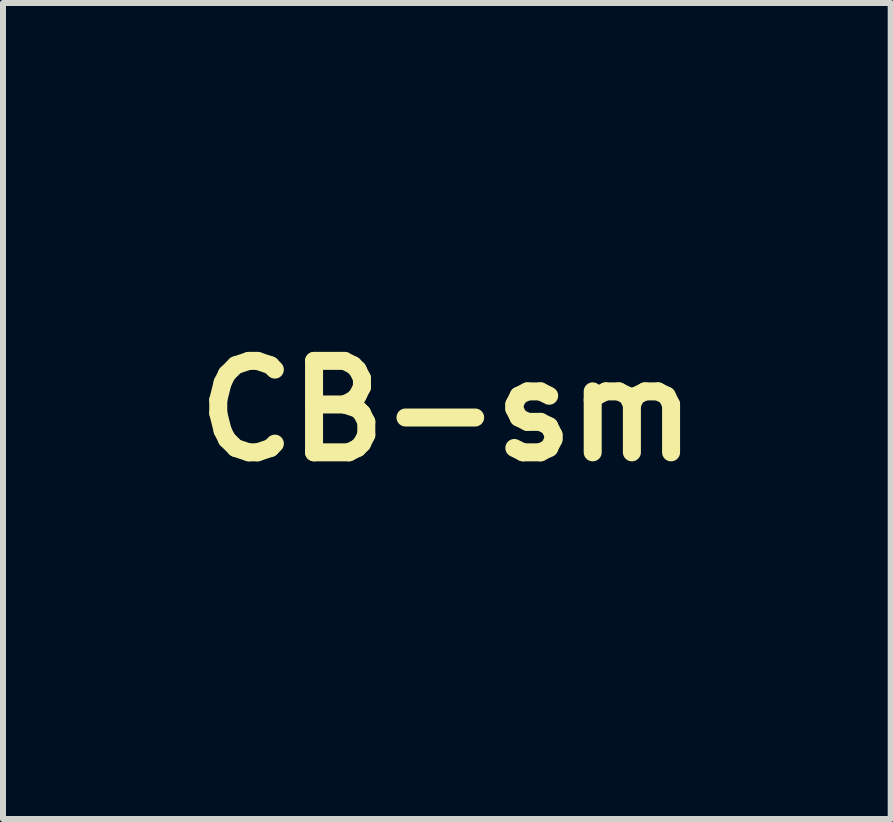
<source format=kicad_pcb>
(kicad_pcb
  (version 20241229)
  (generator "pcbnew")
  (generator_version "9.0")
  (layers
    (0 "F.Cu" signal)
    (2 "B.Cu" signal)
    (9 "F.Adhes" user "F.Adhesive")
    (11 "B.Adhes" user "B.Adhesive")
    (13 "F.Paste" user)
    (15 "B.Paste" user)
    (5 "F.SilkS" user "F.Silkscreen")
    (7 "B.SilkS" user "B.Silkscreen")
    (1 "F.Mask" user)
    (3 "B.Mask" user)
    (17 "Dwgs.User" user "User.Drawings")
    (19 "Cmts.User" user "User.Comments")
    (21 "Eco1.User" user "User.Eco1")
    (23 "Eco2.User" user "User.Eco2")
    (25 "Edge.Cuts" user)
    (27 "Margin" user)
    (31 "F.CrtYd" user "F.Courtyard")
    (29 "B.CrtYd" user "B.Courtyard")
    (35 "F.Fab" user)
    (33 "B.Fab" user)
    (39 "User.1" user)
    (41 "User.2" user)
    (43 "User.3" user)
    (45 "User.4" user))
  (footprint "CB-sm"
    (layer "F.Cu")
    (at 4.398 3.8)
    (property "Reference" "CB-sm" (at 0 0 0) (layer "F.SilkS") (effects (font (size 1.524 1.524) (thickness 0.3))))
    (attr board_only exclude_from_pos_files exclude_from_bom)
    (fp_poly (pts (xy 0.629 -0.725) (xy 0.657 -0.712) (xy 0.695 -0.695) (xy 0.738 -0.675) (xy 0.785 -0.654) (xy 0.832 -0.632) (xy 0.855 -0.622) (xy 1.004 -0.554) (xy 1.008 -0.124) (xy 0.553 -0.124) (xy 0.553 -0.76)) (stroke (width 0) (type solid)) (fill yes) (layer "F.Mask"))
    (fp_poly (pts (xy 1.004 0.677) (xy 0.852 0.747) (xy 0.805 0.768) (xy 0.758 0.79) (xy 0.713 0.81) (xy 0.673 0.829) (xy 0.64 0.843) (xy 0.626 0.85) (xy 0.553 0.883) (xy 0.553 0.247) (xy 1.008 0.247)) (stroke (width 0) (type solid)) (fill yes) (layer "F.Mask"))
    (fp_poly (pts (xy 1.815 -3.245) (xy 1.867 -3.229) (xy 1.874 -3.226) (xy 1.915 -3.202) (xy 1.953 -3.171) (xy 1.986 -3.137) (xy 2.004 -3.109) (xy 2.028 -3.053) (xy 2.039 -2.997) (xy 2.039 -2.941) (xy 2.028 -2.888) (xy 2.007 -2.837) (xy 1.977 -2.792) (xy 1.938 -2.753) (xy 1.891 -2.722) (xy 1.837 -2.699) (xy 1.798 -2.69) (xy 1.744 -2.687) (xy 1.69 -2.696) (xy 1.637 -2.715) (xy 1.588 -2.743) (xy 1.569 -2.758) (xy 1.55 -2.778) (xy 1.53 -2.803) (xy 1.512 -2.83) (xy 1.499 -2.856) (xy 1.492 -2.874) (xy 1.488 -2.893) (xy 0.728 -2.893) (xy 0.728 -1.629) (xy 1.125 -1.398) (xy 1.212 -1.347) (xy 1.292 -1.301) (xy 1.362 -1.259) (xy 1.423 -1.222) (xy 1.475 -1.19) (xy 1.517 -1.164) (xy 1.549 -1.144) (xy 1.57 -1.129) (xy 1.574 -1.126) (xy 1.634 -1.07) (xy 1.689 -1.005) (xy 1.736 -0.933) (xy 1.773 -0.858) (xy 1.78 -0.84) (xy 1.798 -0.793) (xy 2.313 -0.793) (xy 2.828 -0.793) (xy 2.828 -1.553) (xy 2.81 -1.557) (xy 2.787 -1.565) (xy 2.76 -1.581) (xy 2.732 -1.602) (xy 2.706 -1.624) (xy 2.686 -1.647) (xy 2.685 -1.647) (xy 2.662 -1.68) (xy 2.647 -1.708) (xy 2.637 -1.737) (xy 2.632 -1.77) (xy 2.63 -1.812) (xy 2.63 -1.82) (xy 2.724 -1.82) (xy 2.73 -1.774) (xy 2.746 -1.732) (xy 2.772 -1.698) (xy 2.805 -1.671) (xy 2.844 -1.654) (xy 2.888 -1.647) (xy 2.934 -1.651) (xy 2.949 -1.654) (xy 2.987 -1.672) (xy 3.021 -1.7) (xy 3.048 -1.736) (xy 3.052 -1.744) (xy 3.066 -1.786) (xy 3.069 -1.829) (xy 3.061 -1.87) (xy 3.044 -1.909) (xy 3.019 -1.942) (xy 2.986 -1.969) (xy 2.948 -1.988) (xy 2.904 -1.996) (xy 2.896 -1.996) (xy 2.852 -1.99) (xy 2.811 -1.973) (xy 2.777 -1.946) (xy 2.749 -1.912) (xy 2.731 -1.871) (xy 2.724 -1.826) (xy 2.724 -1.82) (xy 2.63 -1.82) (xy 2.63 -1.821) (xy 2.63 -1.853) (xy 2.631 -1.877) (xy 2.633 -1.894) (xy 2.638 -1.91) (xy 2.646 -1.928) (xy 2.654 -1.945) (xy 2.686 -1.996) (xy 2.725 -2.037) (xy 2.771 -2.069) (xy 2.82 -2.091) (xy 2.873 -2.103) (xy 2.927 -2.104) (xy 2.981 -2.095) (xy 3.033 -2.074) (xy 3.082 -2.043) (xy 3.107 -2.021) (xy 3.142 -1.977) (xy 3.168 -1.927) (xy 3.184 -1.873) (xy 3.19 -1.818) (xy 3.186 -1.78) (xy 3.174 -1.733) (xy 3.153 -1.687) (xy 3.127 -1.645) (xy 3.1 -1.616) (xy 3.077 -1.598) (xy 3.05 -1.58) (xy 3.022 -1.565) (xy 2.996 -1.553) (xy 2.976 -1.548) (xy 2.972 -1.547) (xy 2.958 -1.547) (xy 2.958 -1.139) (xy 2.958 -1.056) (xy 2.958 -0.984) (xy 2.958 -0.924) (xy 2.957 -0.874) (xy 2.957 -0.832) (xy 2.956 -0.799) (xy 2.956 -0.773) (xy 2.955 -0.752) (xy 2.953 -0.737) (xy 2.952 -0.726) (xy 2.95 -0.718) (xy 2.948 -0.711) (xy 2.947 -0.709) (xy 2.93 -0.687) (xy 2.913 -0.678) (xy 2.904 -0.677) (xy 2.889 -0.675) (xy 2.866 -0.674) (xy 2.835 -0.673) (xy 2.794 -0.672) (xy 2.744 -0.672) (xy 2.684 -0.671) (xy 2.613 -0.671) (xy 2.531 -0.67) (xy 2.437 -0.67) (xy 2.359 -0.67) (xy 1.828 -0.67) (xy 1.827 -0.397) (xy 1.826 -0.124) (xy 2.685 -0.124) (xy 2.685 -0.139) (xy 2.689 -0.157) (xy 2.699 -0.182) (xy 2.714 -0.21) (xy 2.732 -0.238) (xy 2.751 -0.263) (xy 2.754 -0.266) (xy 2.787 -0.295) (xy 2.828 -0.321) (xy 2.874 -0.34) (xy 2.917 -0.352) (xy 2.971 -0.355) (xy 3.026 -0.346) (xy 3.079 -0.327) (xy 3.128 -0.298) (xy 3.159 -0.272) (xy 3.196 -0.226) (xy 3.222 -0.176) (xy 3.238 -0.123) (xy 3.242 -0.068) (xy 3.236 -0.015) (xy 3.22 0.037) (xy 3.193 0.085) (xy 3.157 0.128) (xy 3.112 0.164) (xy 3.083 0.18) (xy 3.058 0.192) (xy 3.038 0.199) (xy 3.017 0.204) (xy 2.991 0.206) (xy 2.972 0.207) (xy 2.92 0.206) (xy 2.875 0.197) (xy 2.834 0.181) (xy 2.796 0.158) (xy 2.768 0.135) (xy 2.741 0.105) (xy 2.718 0.074) (xy 2.701 0.044) (xy 2.697 0.032) (xy 2.689 0.007) (xy 1.829 0.007) (xy 1.825 0.041) (xy 1.824 0.055) (xy 1.823 0.081) (xy 1.822 0.116) (xy 1.821 0.159) (xy 1.821 0.208) (xy 1.82 0.26) (xy 1.82 0.294) (xy 1.82 0.514) (xy 2.355 0.514) (xy 2.459 0.514) (xy 2.55 0.514) (xy 2.63 0.515) (xy 2.698 0.515) (xy 2.756 0.516) (xy 2.804 0.516) (xy 2.842 0.517) (xy 2.872 0.518) (xy 2.893 0.52) (xy 2.907 0.521) (xy 2.913 0.522) (xy 2.935 0.536) (xy 2.947 0.553) (xy 2.949 0.558) (xy 2.951 0.565) (xy 2.953 0.574) (xy 2.954 0.587) (xy 2.955 0.604) (xy 2.956 0.627) (xy 2.957 0.656) (xy 2.957 0.693) (xy 2.958 0.737) (xy 2.958 0.792) (xy 2.958 0.856) (xy 2.958 0.932) (xy 2.958 0.993) (xy 2.958 1.411) (xy 2.973 1.411) (xy 2.992 1.415) (xy 3.016 1.425) (xy 3.045 1.44) (xy 3.073 1.458) (xy 3.098 1.477) (xy 3.101 1.48) (xy 3.13 1.513) (xy 3.155 1.554) (xy 3.175 1.6) (xy 3.186 1.643) (xy 3.189 1.697) (xy 3.181 1.753) (xy 3.161 1.806) (xy 3.132 1.855) (xy 3.106 1.884) (xy 3.06 1.922) (xy 3.01 1.948) (xy 2.957 1.963) (xy 2.903 1.968) (xy 2.849 1.962) (xy 2.798 1.946) (xy 2.75 1.919) (xy 2.707 1.883) (xy 2.671 1.838) (xy 2.654 1.809) (xy 2.643 1.784) (xy 2.635 1.764) (xy 2.631 1.743) (xy 2.629 1.717) (xy 2.628 1.698) (xy 2.628 1.684) (xy 2.731 1.684) (xy 2.736 1.732) (xy 2.753 1.773) (xy 2.781 1.807) (xy 2.819 1.834) (xy 2.823 1.836) (xy 2.86 1.849) (xy 2.901 1.853) (xy 2.941 1.849) (xy 2.968 1.841) (xy 3.009 1.816) (xy 3.039 1.783) (xy 3.059 1.743) (xy 3.068 1.697) (xy 3.068 1.684) (xy 3.062 1.636) (xy 3.046 1.595) (xy 3.02 1.561) (xy 2.985 1.535) (xy 2.943 1.52) (xy 2.9 1.515) (xy 2.852 1.521) (xy 2.811 1.537) (xy 2.777 1.564) (xy 2.751 1.598) (xy 2.736 1.64) (xy 2.731 1.684) (xy 2.628 1.684) (xy 2.629 1.646) (xy 2.637 1.601) (xy 2.654 1.559) (xy 2.677 1.522) (xy 2.7 1.494) (xy 2.729 1.467) (xy 2.761 1.444) (xy 2.791 1.427) (xy 2.803 1.423) (xy 2.828 1.415) (xy 2.828 0.644) (xy 1.822 0.644) (xy 1.818 0.733) (xy 1.81 0.827) (xy 1.795 0.91) (xy 1.773 0.985) (xy 1.743 1.052) (xy 1.706 1.112) (xy 1.659 1.168) (xy 1.651 1.177) (xy 1.638 1.19) (xy 1.626 1.201) (xy 1.613 1.213) (xy 1.598 1.225) (xy 1.581 1.238) (xy 1.561 1.252) (xy 1.537 1.268) (xy 1.508 1.286) (xy 1.473 1.308) (xy 1.432 1.332) (xy 1.384 1.361) (xy 1.328 1.394) (xy 1.262 1.432) (xy 1.187 1.476) (xy 1.11 1.521) (xy 0.735 1.739) (xy 0.735 2.284) (xy 0.735 2.828) (xy 1.112 2.828) (xy 1.192 2.828) (xy 1.26 2.828) (xy 1.317 2.828) (xy 1.363 2.827) (xy 1.401 2.827) (xy 1.43 2.826) (xy 1.453 2.825) (xy 1.468 2.824) (xy 1.479 2.823) (xy 1.485 2.821) (xy 1.488 2.819) (xy 1.489 2.818) (xy 1.494 2.796) (xy 1.506 2.769) (xy 1.526 2.739) (xy 1.549 2.709) (xy 1.575 2.682) (xy 1.601 2.66) (xy 1.603 2.659) (xy 1.654 2.631) (xy 1.707 2.616) (xy 1.762 2.611) (xy 1.817 2.617) (xy 1.869 2.633) (xy 1.918 2.66) (xy 1.961 2.695) (xy 1.997 2.739) (xy 2.017 2.774) (xy 2.026 2.794) (xy 2.032 2.811) (xy 2.036 2.828) (xy 2.038 2.849) (xy 2.038 2.877) (xy 2.038 2.893) (xy 2.038 2.926) (xy 2.037 2.95) (xy 2.034 2.968) (xy 2.029 2.984) (xy 2.022 3.002) (xy 2.017 3.012) (xy 1.987 3.062) (xy 1.948 3.104) (xy 1.904 3.136) (xy 1.854 3.159) (xy 1.802 3.171) (xy 1.748 3.174) (xy 1.695 3.167) (xy 1.643 3.149) (xy 1.594 3.12) (xy 1.551 3.081) (xy 1.549 3.078) (xy 1.532 3.057) (xy 1.515 3.031) (xy 1.501 3.005) (xy 1.492 2.983) (xy 1.489 2.968) (xy 1.488 2.966) (xy 1.484 2.964) (xy 1.477 2.963) (xy 1.465 2.962) (xy 1.448 2.961) (xy 1.425 2.96) (xy 1.394 2.959) (xy 1.355 2.959) (xy 1.308 2.958) (xy 1.25 2.958) (xy 1.181 2.958) (xy 1.1 2.958) (xy 1.078 2.958) (xy 0.994 2.958) (xy 0.922 2.958) (xy 0.861 2.958) (xy 0.811 2.957) (xy 0.769 2.957) (xy 0.735 2.956) (xy 0.709 2.956) (xy 0.688 2.955) (xy 0.673 2.953) (xy 0.661 2.952) (xy 0.653 2.95) (xy 0.647 2.948) (xy 0.644 2.947) (xy 0.622 2.93) (xy 0.613 2.913) (xy 0.612 2.904) (xy 0.611 2.896) (xy 1.586 2.896) (xy 1.592 2.941) (xy 1.61 2.981) (xy 1.636 3.016) (xy 1.671 3.043) (xy 1.711 3.061) (xy 1.756 3.068) (xy 1.762 3.069) (xy 1.793 3.067) (xy 1.819 3.06) (xy 1.839 3.052) (xy 1.876 3.026) (xy 1.906 2.993) (xy 1.927 2.953) (xy 1.937 2.91) (xy 1.937 2.896) (xy 1.931 2.853) (xy 1.914 2.812) (xy 1.886 2.776) (xy 1.851 2.748) (xy 1.839 2.741) (xy 1.796 2.726) (xy 1.753 2.724) (xy 1.712 2.731) (xy 1.673 2.748) (xy 1.64 2.774) (xy 1.613 2.806) (xy 1.594 2.845) (xy 1.586 2.888) (xy 1.586 2.896) (xy 0.611 2.896) (xy 0.61 2.889) (xy 0.609 2.866) (xy 0.608 2.835) (xy 0.607 2.795) (xy 0.607 2.745) (xy 0.606 2.685) (xy 0.606 2.615) (xy 0.605 2.533) (xy 0.605 2.439) (xy 0.605 2.352) (xy 0.605 2.269) (xy 0.605 2.191) (xy 0.604 2.117) (xy 0.604 2.049) (xy 0.604 1.988) (xy 0.603 1.934) (xy 0.603 1.889) (xy 0.602 1.854) (xy 0.602 1.829) (xy 0.601 1.816) (xy 0.601 1.814) (xy 0.594 1.817) (xy 0.58 1.826) (xy 0.568 1.834) (xy 0.535 1.854) (xy 0.493 1.875) (xy 0.448 1.895) (xy 0.405 1.911) (xy 0.384 1.917) (xy 0.337 1.928) (xy 0.286 1.936) (xy 0.234 1.941) (xy 0.185 1.942) (xy 0.143 1.94) (xy 0.136 1.939) (xy 0.11 1.935) (xy 0.088 1.931) (xy 0.074 1.927) (xy 0.073 1.927) (xy 0.059 1.923) (xy 0.059 2.307) (xy 0.059 2.388) (xy 0.059 2.457) (xy 0.059 2.514) (xy 0.059 2.562) (xy 0.06 2.6) (xy 0.06 2.63) (xy 0.061 2.653) (xy 0.062 2.67) (xy 0.063 2.681) (xy 0.065 2.688) (xy 0.067 2.691) (xy 0.069 2.691) (xy 0.085 2.695) (xy 0.108 2.705) (xy 0.134 2.719) (xy 0.159 2.736) (xy 0.179 2.751) (xy 0.208 2.782) (xy 0.235 2.818) (xy 0.255 2.855) (xy 0.259 2.867) (xy 0.273 2.924) (xy 0.275 2.982) (xy 0.265 3.038) (xy 0.244 3.09) (xy 0.214 3.138) (xy 0.174 3.18) (xy 0.126 3.213) (xy 0.112 3.22) (xy 0.09 3.23) (xy 0.07 3.236) (xy 0.049 3.24) (xy 0.022 3.242) (xy 0.003 3.242) (xy -0.037 3.242) (xy -0.069 3.239) (xy -0.088 3.235) (xy -0.142 3.211) (xy -0.189 3.178) (xy -0.229 3.136) (xy -0.259 3.089) (xy -0.279 3.036) (xy -0.288 2.981) (xy -0.287 2.958) (xy -0.169 2.958) (xy -0.163 3.006) (xy -0.146 3.047) (xy -0.119 3.081) (xy -0.081 3.108) (xy -0.077 3.11) (xy -0.039 3.123) (xy 0.002 3.127) (xy 0.042 3.123) (xy 0.068 3.115) (xy 0.109 3.09) (xy 0.14 3.057) (xy 0.16 3.017) (xy 0.169 2.971) (xy 0.169 2.958) (xy 0.163 2.911) (xy 0.146 2.869) (xy 0.12 2.835) (xy 0.085 2.81) (xy 0.044 2.794) (xy 0 2.789) (xy -0.047 2.795) (xy -0.089 2.811) (xy -0.123 2.838) (xy -0.148 2.872) (xy -0.164 2.914) (xy -0.169 2.958) (xy -0.287 2.958) (xy -0.286 2.928) (xy -0.273 2.87) (xy -0.25 2.819) (xy -0.216 2.775) (xy -0.191 2.751) (xy -0.17 2.734) (xy -0.144 2.718) (xy -0.118 2.704) (xy -0.096 2.695) (xy -0.082 2.691) (xy -0.08 2.69) (xy -0.078 2.687) (xy -0.076 2.679) (xy -0.075 2.667) (xy -0.074 2.65) (xy -0.073 2.626) (xy -0.072 2.594) (xy -0.072 2.554) (xy -0.072 2.505) (xy -0.072 2.445) (xy -0.072 2.374) (xy -0.072 2.314) (xy -0.072 2.234) (xy -0.072 2.167) (xy -0.072 2.11) (xy -0.072 2.064) (xy -0.072 2.026) (xy -0.073 1.997) (xy -0.074 1.975) (xy -0.075 1.96) (xy -0.076 1.949) (xy -0.078 1.943) (xy -0.079 1.941) (xy -0.082 1.94) (xy -0.083 1.941) (xy -0.115 1.949) (xy -0.155 1.952) (xy -0.206 1.95) (xy -0.208 1.95) (xy -0.302 1.935) (xy -0.396 1.907) (xy -0.486 1.869) (xy -0.525 1.848) (xy -0.547 1.836) (xy -0.565 1.826) (xy -0.575 1.821) (xy -0.576 1.82) (xy -0.577 1.827) (xy -0.577 1.845) (xy -0.577 1.875) (xy -0.578 1.914) (xy -0.578 1.963) (xy -0.578 2.02) (xy -0.578 2.084) (xy -0.579 2.155) (xy -0.579 2.23) (xy -0.579 2.31) (xy -0.579 2.355) (xy -0.579 2.459) (xy -0.579 2.55) (xy -0.58 2.63) (xy -0.58 2.698) (xy -0.581 2.756) (xy -0.581 2.804) (xy -0.582 2.842) (xy -0.583 2.872) (xy -0.585 2.893) (xy -0.586 2.907) (xy -0.587 2.913) (xy -0.601 2.935) (xy -0.618 2.947) (xy -0.623 2.949) (xy -0.63 2.951) (xy -0.639 2.953) (xy -0.652 2.954) (xy -0.669 2.955) (xy -0.692 2.956) (xy -0.721 2.957) (xy -0.758 2.957) (xy -0.803 2.958) (xy -0.857 2.958) (xy -0.922 2.958) (xy -0.998 2.958) (xy -1.057 2.958) (xy -1.473 2.958) (xy -1.482 2.99) (xy -1.494 3.023) (xy -1.514 3.059) (xy -1.538 3.093) (xy -1.564 3.12) (xy -1.597 3.143) (xy -1.638 3.164) (xy -1.681 3.18) (xy -1.709 3.186) (xy -1.762 3.189) (xy -1.816 3.181) (xy -1.869 3.162) (xy -1.918 3.134) (xy -1.949 3.107) (xy -1.987 3.061) (xy -2.013 3.01) (xy -2.029 2.957) (xy -2.033 2.903) (xy -2.032 2.896) (xy -1.924 2.896) (xy -1.918 2.941) (xy -1.901 2.981) (xy -1.874 3.016) (xy -1.84 3.043) (xy -1.799 3.061) (xy -1.754 3.068) (xy -1.749 3.069) (xy -1.718 3.067) (xy -1.692 3.06) (xy -1.672 3.052) (xy -1.635 3.026) (xy -1.605 2.993) (xy -1.584 2.953) (xy -1.574 2.91) (xy -1.573 2.896) (xy -1.579 2.853) (xy -1.597 2.812) (xy -1.624 2.776) (xy -1.659 2.748) (xy -1.672 2.741) (xy -1.714 2.726) (xy -1.757 2.724) (xy -1.799 2.731) (xy -1.837 2.748) (xy -1.871 2.774) (xy -1.898 2.806) (xy -1.916 2.845) (xy -1.924 2.888) (xy -1.924 2.896) (xy -2.032 2.896) (xy -2.027 2.849) (xy -2.011 2.797) (xy -1.984 2.749) (xy -1.948 2.707) (xy -1.903 2.67) (xy -1.874 2.654) (xy -1.852 2.644) (xy -1.835 2.637) (xy -1.819 2.633) (xy -1.8 2.631) (xy -1.775 2.63) (xy -1.749 2.63) (xy -1.706 2.631) (xy -1.671 2.636) (xy -1.642 2.644) (xy -1.614 2.659) (xy -1.582 2.68) (xy -1.576 2.685) (xy -1.554 2.705) (xy -1.531 2.731) (xy -1.51 2.759) (xy -1.494 2.787) (xy -1.485 2.809) (xy -1.485 2.81) (xy -1.481 2.828) (xy -0.702 2.828) (xy -0.702 2.287) (xy -0.702 1.746) (xy -1.1 1.525) (xy -1.168 1.487) (xy -1.234 1.45) (xy -1.297 1.414) (xy -1.355 1.381) (xy -1.408 1.351) (xy -1.455 1.324) (xy -1.494 1.301) (xy -1.524 1.283) (xy -1.545 1.27) (xy -1.552 1.265) (xy -1.621 1.209) (xy -1.68 1.146) (xy -1.727 1.078) (xy -1.763 1.002) (xy -1.789 0.919) (xy -1.804 0.829) (xy -1.809 0.733) (xy -1.808 0.644) (xy -2.828 0.644) (xy -2.828 1.415) (xy -2.803 1.423) (xy -2.774 1.435) (xy -2.743 1.456) (xy -2.712 1.482) (xy -2.686 1.51) (xy -2.677 1.522) (xy -2.651 1.564) (xy -2.636 1.606) (xy -2.628 1.651) (xy -2.628 1.698) (xy -2.629 1.729) (xy -2.632 1.752) (xy -2.638 1.772) (xy -2.647 1.793) (xy -2.654 1.809) (xy -2.686 1.86) (xy -2.725 1.901) (xy -2.771 1.932) (xy -2.821 1.954) (xy -2.873 1.966) (xy -2.928 1.967) (xy -2.981 1.958) (xy -3.034 1.938) (xy -3.082 1.906) (xy -3.107 1.884) (xy -3.142 1.841) (xy -3.168 1.79) (xy -3.184 1.737) (xy -3.19 1.682) (xy -3.189 1.668) (xy -3.068 1.668) (xy -3.068 1.711) (xy -3.055 1.753) (xy -3.052 1.761) (xy -3.025 1.8) (xy -2.991 1.83) (xy -2.951 1.849) (xy -2.907 1.858) (xy -2.86 1.854) (xy -2.844 1.85) (xy -2.803 1.832) (xy -2.771 1.805) (xy -2.747 1.771) (xy -2.731 1.733) (xy -2.724 1.692) (xy -2.727 1.651) (xy -2.739 1.611) (xy -2.762 1.574) (xy -2.784 1.55) (xy -2.815 1.53) (xy -2.852 1.516) (xy -2.888 1.509) (xy -2.896 1.508) (xy -2.94 1.514) (xy -2.98 1.531) (xy -3.014 1.556) (xy -3.04 1.589) (xy -3.059 1.627) (xy -3.068 1.668) (xy -3.189 1.668) (xy -3.186 1.643) (xy -3.176 1.605) (xy -3.16 1.566) (xy -3.14 1.528) (xy -3.119 1.497) (xy -3.11 1.488) (xy -3.083 1.465) (xy -3.053 1.445) (xy -3.022 1.428) (xy -2.994 1.416) (xy -2.984 1.414) (xy -2.958 1.41) (xy -2.958 0.992) (xy -2.958 0.908) (xy -2.958 0.836) (xy -2.958 0.774) (xy -2.957 0.723) (xy -2.957 0.681) (xy -2.956 0.647) (xy -2.956 0.619) (xy -2.955 0.599) (xy -2.954 0.583) (xy -2.952 0.571) (xy -2.95 0.563) (xy -2.948 0.556) (xy -2.947 0.553) (xy -2.93 0.531) (xy -2.913 0.522) (xy -2.904 0.521) (xy -2.889 0.519) (xy -2.866 0.518) (xy -2.835 0.517) (xy -2.795 0.516) (xy -2.745 0.516) (xy -2.686 0.515) (xy -2.615 0.515) (xy -2.533 0.514) (xy -2.44 0.514) (xy -2.349 0.514) (xy -1.807 0.514) (xy -1.807 0.068) (xy -1.428 0.068) (xy -1.428 0.117) (xy -1.428 0.224) (xy -1.427 0.318) (xy -1.427 0.401) (xy -1.427 0.473) (xy -1.427 0.535) (xy -1.427 0.589) (xy -1.426 0.634) (xy -1.426 0.672) (xy -1.425 0.703) (xy -1.424 0.728) (xy -1.423 0.748) (xy -1.422 0.763) (xy -1.421 0.775) (xy -1.42 0.785) (xy -1.418 0.792) (xy -1.416 0.799) (xy -1.414 0.805) (xy -1.413 0.807) (xy -1.389 0.861) (xy -1.36 0.905) (xy -1.324 0.941) (xy -1.297 0.962) (xy -1.28 0.973) (xy -1.254 0.989) (xy -1.218 1.01) (xy -1.176 1.036) (xy -1.126 1.065) (xy -1.071 1.097) (xy -1.011 1.132) (xy -0.948 1.168) (xy -0.881 1.206) (xy -0.814 1.245) (xy -0.746 1.284) (xy -0.678 1.323) (xy -0.612 1.36) (xy -0.548 1.396) (xy -0.488 1.43) (xy -0.432 1.461) (xy -0.382 1.489) (xy -0.339 1.513) (xy -0.303 1.533) (xy -0.276 1.547) (xy -0.258 1.556) (xy -0.254 1.558) (xy -0.218 1.566) (xy -0.184 1.562) (xy -0.166 1.555) (xy -0.133 1.533) (xy -0.108 1.502) (xy -0.096 1.478) (xy -0.095 1.471) (xy -0.094 1.46) (xy -0.092 1.444) (xy -0.091 1.423) (xy -0.091 1.394) (xy -0.09 1.359) (xy -0.089 1.316) (xy -0.089 1.263) (xy -0.088 1.202) (xy -0.088 1.13) (xy -0.088 1.048) (xy -0.088 0.954) (xy -0.088 0.852) (xy -0.088 0.25) (xy -0.317 0.249) (xy -0.546 0.247) (xy -0.546 0.505) (xy -0.546 0.563) (xy -0.547 0.618) (xy -0.548 0.668) (xy -0.548 0.711) (xy -0.55 0.747) (xy -0.551 0.773) (xy -0.552 0.788) (xy -0.552 0.79) (xy -0.563 0.816) (xy -0.581 0.832) (xy -0.608 0.838) (xy -0.615 0.839) (xy -0.627 0.838) (xy -0.638 0.837) (xy -0.65 0.834) (xy -0.665 0.829) (xy -0.683 0.821) (xy -0.707 0.809) (xy -0.738 0.793) (xy -0.777 0.773) (xy -0.825 0.747) (xy -0.844 0.737) (xy -0.995 0.655) (xy -0.991 -0.54) (xy -0.832 -0.627) (xy -0.789 -0.651) (xy -0.748 -0.672) (xy -0.711 -0.691) (xy -0.68 -0.706) (xy -0.656 -0.717) (xy -0.642 -0.723) (xy -0.642 -0.723) (xy -0.611 -0.727) (xy -0.587 -0.721) (xy -0.566 -0.704) (xy -0.563 -0.7) (xy -0.56 -0.695) (xy -0.557 -0.69) (xy -0.555 -0.682) (xy -0.553 -0.671) (xy -0.551 -0.656) (xy -0.55 -0.635) (xy -0.55 -0.607) (xy -0.549 -0.571) (xy -0.548 -0.526) (xy -0.548 -0.47) (xy -0.547 -0.409) (xy -0.545 -0.137) (xy -0.084 -0.137) (xy -0.086 -0.74) (xy -0.086 -0.842) (xy -0.087 -0.932) (xy -0.087 -1.01) (xy -0.087 -1.078) (xy -0.088 -1.136) (xy -0.088 -1.186) (xy -0.088 -1.227) (xy -0.089 -1.261) (xy -0.09 -1.289) (xy -0.091 -1.311) (xy -0.092 -1.328) (xy -0.093 -1.341) (xy -0.094 -1.351) (xy -0.096 -1.358) (xy -0.098 -1.364) (xy -0.1 -1.369) (xy -0.101 -1.372) (xy -0.104 -1.376) (xy 0.104 -1.376) (xy 0.107 1.499) (xy 0.122 1.52) (xy 0.148 1.546) (xy 0.179 1.561) (xy 0.217 1.565) (xy 0.224 1.565) (xy 0.231 1.565) (xy 0.238 1.564) (xy 0.245 1.562) (xy 0.255 1.559) (xy 0.266 1.554) (xy 0.28 1.548) (xy 0.298 1.539) (xy 0.32 1.527) (xy 0.348 1.512) (xy 0.381 1.494) (xy 0.421 1.471) (xy 0.468 1.444) (xy 0.523 1.413) (xy 0.586 1.376) (xy 0.659 1.334) (xy 0.742 1.286) (xy 0.796 1.255) (xy 0.89 1.201) (xy 0.974 1.152) (xy 1.047 1.11) (xy 1.112 1.072) (xy 1.167 1.039) (xy 1.215 1.011) (xy 1.255 0.986) (xy 1.289 0.965) (xy 1.317 0.946) (xy 1.34 0.93) (xy 1.358 0.917) (xy 1.372 0.905) (xy 1.382 0.894) (xy 1.39 0.883) (xy 1.397 0.873) (xy 1.402 0.863) (xy 1.406 0.853) (xy 1.407 0.848) (xy 1.41 0.84) (xy 1.412 0.83) (xy 1.414 0.818) (xy 1.416 0.802) (xy 1.417 0.78) (xy 1.418 0.753) (xy 1.42 0.719) (xy 1.421 0.676) (xy 1.422 0.624) (xy 1.423 0.562) (xy 1.424 0.488) (xy 1.424 0.462) (xy 1.425 0.384) (xy 1.426 0.297) (xy 1.427 0.202) (xy 1.428 0.103) (xy 1.429 0.003) (xy 1.429 -0.062) (xy 2.782 -0.062) (xy 2.789 -0.017) (xy 2.806 0.023) (xy 2.832 0.058) (xy 2.867 0.085) (xy 2.907 0.103) (xy 2.952 0.11) (xy 2.958 0.111) (xy 2.989 0.109) (xy 3.015 0.102) (xy 3.035 0.094) (xy 3.072 0.068) (xy 3.102 0.035) (xy 3.123 -0.005) (xy 3.133 -0.048) (xy 3.134 -0.062) (xy 3.127 -0.105) (xy 3.11 -0.146) (xy 3.083 -0.182) (xy 3.048 -0.21) (xy 3.035 -0.217) (xy 2.992 -0.232) (xy 2.95 -0.235) (xy 2.908 -0.227) (xy 2.869 -0.21) (xy 2.836 -0.184) (xy 2.809 -0.152) (xy 2.791 -0.113) (xy 2.783 -0.07) (xy 2.782 -0.062) (xy 1.429 -0.062) (xy 1.43 -0.096) (xy 1.43 -0.191) (xy 1.431 -0.279) (xy 1.431 -0.296) (xy 1.433 -0.699) (xy 1.413 -0.743) (xy 1.407 -0.755) (xy 1.401 -0.767) (xy 1.394 -0.778) (xy 1.386 -0.789) (xy 1.376 -0.8) (xy 1.364 -0.811) (xy 1.348 -0.824) (xy 1.329 -0.838) (xy 1.304 -0.855) (xy 1.274 -0.873) (xy 1.238 -0.895) (xy 1.196 -0.92) (xy 1.145 -0.949) (xy 1.087 -0.982) (xy 1.02 -1.02) (xy 0.943 -1.062) (xy 0.857 -1.111) (xy 0.788 -1.149) (xy 0.698 -1.199) (xy 0.618 -1.244) (xy 0.549 -1.283) (xy 0.488 -1.316) (xy 0.436 -1.345) (xy 0.392 -1.369) (xy 0.354 -1.39) (xy 0.323 -1.406) (xy 0.298 -1.419) (xy 0.278 -1.43) (xy 0.261 -1.437) (xy 0.248 -1.443) (xy 0.238 -1.446) (xy 0.23 -1.448) (xy 0.223 -1.449) (xy 0.217 -1.45) (xy 0.213 -1.45) (xy 0.177 -1.445) (xy 0.146 -1.429) (xy 0.121 -1.401) (xy 0.119 -1.398) (xy 0.104 -1.376) (xy -0.104 -1.376) (xy -0.124 -1.407) (xy -0.153 -1.432) (xy -0.188 -1.447) (xy -0.227 -1.449) (xy -0.233 -1.448) (xy -0.243 -1.444) (xy -0.263 -1.435) (xy -0.291 -1.421) (xy -0.326 -1.404) (xy -0.366 -1.383) (xy -0.409 -1.361) (xy -0.454 -1.337) (xy -0.499 -1.313) (xy -0.543 -1.289) (xy -0.584 -1.266) (xy -0.621 -1.246) (xy -0.651 -1.229) (xy -0.674 -1.215) (xy -0.687 -1.206) (xy -0.689 -1.205) (xy -0.697 -1.2) (xy -0.714 -1.189) (xy -0.741 -1.173) (xy -0.776 -1.153) (xy -0.817 -1.129) (xy -0.865 -1.101) (xy -0.917 -1.071) (xy -0.974 -1.039) (xy -0.998 -1.025) (xy -1.068 -0.985) (xy -1.129 -0.95) (xy -1.18 -0.92) (xy -1.222 -0.895) (xy -1.257 -0.873) (xy -1.285 -0.855) (xy -1.308 -0.838) (xy -1.326 -0.824) (xy -1.341 -0.81) (xy -1.352 -0.797) (xy -1.362 -0.784) (xy -1.371 -0.77) (xy -1.373 -0.766) (xy -1.395 -0.72) (xy -1.411 -0.665) (xy -1.422 -0.606) (xy -1.423 -0.594) (xy -1.424 -0.58) (xy -1.424 -0.553) (xy -1.425 -0.515) (xy -1.426 -0.468) (xy -1.426 -0.411) (xy -1.427 -0.346) (xy -1.427 -0.273) (xy -1.427 -0.195) (xy -1.428 -0.111) (xy -1.428 -0.024) (xy -1.428 0.068) (xy -1.807 0.068) (xy -1.807 0.007) (xy -2.69 0.007) (xy -2.694 0.025) (xy -2.703 0.047) (xy -2.719 0.074) (xy -2.74 0.103) (xy -2.762 0.129) (xy -2.784 0.149) (xy -2.785 0.149) (xy -2.817 0.172) (xy -2.846 0.188) (xy -2.875 0.198) (xy -2.908 0.203) (xy -2.949 0.205) (xy -2.958 0.205) (xy -2.991 0.205) (xy -3.014 0.204) (xy -3.032 0.201) (xy -3.048 0.196) (xy -3.066 0.189) (xy -3.083 0.18) (xy -3.134 0.149) (xy -3.175 0.109) (xy -3.207 0.064) (xy -3.228 0.014) (xy -3.24 -0.039) (xy -3.241 -0.062) (xy -3.134 -0.062) (xy -3.127 -0.017) (xy -3.11 0.023) (xy -3.084 0.058) (xy -3.049 0.085) (xy -3.009 0.103) (xy -2.964 0.11) (xy -2.958 0.111) (xy -2.927 0.109) (xy -2.901 0.102) (xy -2.881 0.094) (xy -2.844 0.068) (xy -2.814 0.035) (xy -2.793 -0.005) (xy -2.783 -0.048) (xy -2.782 -0.062) (xy -2.789 -0.105) (xy -2.806 -0.146) (xy -2.833 -0.182) (xy -2.868 -0.21) (xy -2.881 -0.217) (xy -2.924 -0.232) (xy -2.966 -0.235) (xy -3.008 -0.227) (xy -3.047 -0.21) (xy -3.08 -0.184) (xy -3.107 -0.152) (xy -3.125 -0.113) (xy -3.133 -0.07) (xy -3.134 -0.062) (xy -3.241 -0.062) (xy -3.242 -0.093) (xy -3.232 -0.147) (xy -3.212 -0.199) (xy -3.181 -0.248) (xy -3.159 -0.272) (xy -3.114 -0.308) (xy -3.064 -0.334) (xy -3.01 -0.35) (xy -2.955 -0.355) (xy -2.917 -0.352) (xy -2.875 -0.341) (xy -2.832 -0.323) (xy -2.794 -0.301) (xy -2.773 -0.285) (xy -2.747 -0.258) (xy -2.723 -0.224) (xy -2.703 -0.189) (xy -2.691 -0.156) (xy -2.683 -0.124) (xy -1.807 -0.124) (xy -1.807 -0.67) (xy -2.349 -0.67) (xy -2.453 -0.67) (xy -2.545 -0.67) (xy -2.625 -0.671) (xy -2.694 -0.671) (xy -2.753 -0.672) (xy -2.801 -0.672) (xy -2.84 -0.673) (xy -2.87 -0.674) (xy -2.892 -0.675) (xy -2.906 -0.677) (xy -2.913 -0.678) (xy -2.935 -0.692) (xy -2.947 -0.709) (xy -2.949 -0.714) (xy -2.951 -0.721) (xy -2.953 -0.73) (xy -2.954 -0.743) (xy -2.955 -0.761) (xy -2.956 -0.784) (xy -2.957 -0.813) (xy -2.957 -0.85) (xy -2.958 -0.896) (xy -2.958 -0.951) (xy -2.958 -1.016) (xy -2.958 -1.093) (xy -2.958 -1.138) (xy -2.958 -1.545) (xy -2.99 -1.553) (xy -3.023 -1.566) (xy -3.059 -1.585) (xy -3.093 -1.61) (xy -3.12 -1.635) (xy -3.143 -1.668) (xy -3.164 -1.709) (xy -3.18 -1.752) (xy -3.186 -1.78) (xy -3.189 -1.824) (xy -3.075 -1.824) (xy -3.069 -1.779) (xy -3.052 -1.739) (xy -3.025 -1.704) (xy -2.991 -1.677) (xy -2.95 -1.659) (xy -2.905 -1.651) (xy -2.9 -1.651) (xy -2.868 -1.653) (xy -2.842 -1.66) (xy -2.823 -1.668) (xy -2.785 -1.693) (xy -2.756 -1.727) (xy -2.735 -1.767) (xy -2.725 -1.809) (xy -2.724 -1.824) (xy -2.73 -1.868) (xy -2.747 -1.907) (xy -2.772 -1.941) (xy -2.805 -1.968) (xy -2.842 -1.986) (xy -2.884 -1.996) (xy -2.926 -1.995) (xy -2.969 -1.983) (xy -2.976 -1.979) (xy -3.014 -1.954) (xy -3.043 -1.92) (xy -3.064 -1.88) (xy -3.074 -1.838) (xy -3.075 -1.824) (xy -3.189 -1.824) (xy -3.19 -1.836) (xy -3.182 -1.89) (xy -3.162 -1.941) (xy -3.133 -1.988) (xy -3.096 -2.03) (xy -3.051 -2.063) (xy -3 -2.088) (xy -2.949 -2.102) (xy -2.892 -2.105) (xy -2.837 -2.096) (xy -2.784 -2.076) (xy -2.736 -2.046) (xy -2.694 -2.006) (xy -2.66 -1.958) (xy -2.651 -1.939) (xy -2.641 -1.919) (xy -2.636 -1.903) (xy -2.632 -1.886) (xy -2.63 -1.865) (xy -2.63 -1.837) (xy -2.63 -1.82) (xy -2.631 -1.777) (xy -2.636 -1.743) (xy -2.645 -1.713) (xy -2.659 -1.685) (xy -2.681 -1.653) (xy -2.685 -1.647) (xy -2.705 -1.625) (xy -2.731 -1.602) (xy -2.759 -1.582) (xy -2.787 -1.566) (xy -2.809 -1.557) (xy -2.81 -1.557) (xy -2.828 -1.553) (xy -2.828 -0.793) (xy -2.306 -0.793) (xy -1.785 -0.793) (xy -1.766 -0.851) (xy -1.754 -0.883) (xy -1.739 -0.918) (xy -1.724 -0.948) (xy -1.721 -0.953) (xy -1.692 -0.994) (xy -1.655 -1.038) (xy -1.612 -1.081) (xy -1.566 -1.12) (xy -1.545 -1.135) (xy -1.531 -1.145) (xy -1.506 -1.161) (xy -1.472 -1.182) (xy -1.43 -1.207) (xy -1.381 -1.237) (xy -1.326 -1.27) (xy -1.267 -1.305) (xy -1.203 -1.343) (xy -1.138 -1.382) (xy -1.1 -1.404) (xy -0.709 -1.635) (xy -0.709 -2.893) (xy -1.468 -2.893) (xy -1.472 -2.874) (xy -1.48 -2.853) (xy -1.495 -2.828) (xy -1.513 -2.8) (xy -1.533 -2.775) (xy -1.55 -2.758) (xy -1.595 -2.726) (xy -1.646 -2.703) (xy -1.701 -2.69) (xy -1.755 -2.687) (xy -1.778 -2.69) (xy -1.838 -2.706) (xy -1.892 -2.733) (xy -1.938 -2.77) (xy -1.975 -2.816) (xy -2.002 -2.87) (xy -2.013 -2.903) (xy -2.021 -2.959) (xy -2.021 -2.961) (xy -1.911 -2.961) (xy -1.905 -2.917) (xy -1.888 -2.876) (xy -1.861 -2.842) (xy -1.827 -2.814) (xy -1.786 -2.796) (xy -1.741 -2.789) (xy -1.736 -2.789) (xy -1.704 -2.791) (xy -1.679 -2.797) (xy -1.659 -2.806) (xy -1.622 -2.831) (xy -1.592 -2.865) (xy -1.571 -2.904) (xy -1.561 -2.947) (xy -1.56 -2.961) (xy -1.566 -3.004) (xy -1.584 -3.045) (xy -1.611 -3.081) (xy -1.646 -3.11) (xy -1.659 -3.117) (xy -1.701 -3.131) (xy -1.744 -3.134) (xy -1.786 -3.126) (xy -1.824 -3.109) (xy -1.858 -3.084) (xy -1.885 -3.051) (xy -1.903 -3.013) (xy -1.911 -2.969) (xy -1.911 -2.961) (xy -2.021 -2.961) (xy -2.018 -3.014) (xy -2.003 -3.068) (xy -1.978 -3.118) (xy -1.943 -3.163) (xy -1.899 -3.2) (xy -1.855 -3.226) (xy -1.803 -3.244) (xy -1.747 -3.251) (xy -1.691 -3.247) (xy -1.638 -3.233) (xy -1.589 -3.209) (xy -1.583 -3.205) (xy -1.555 -3.182) (xy -1.527 -3.153) (xy -1.503 -3.121) (xy -1.482 -3.088) (xy -1.468 -3.058) (xy -1.463 -3.033) (xy -1.463 -3.031) (xy -1.463 -3.017) (xy -1.045 -3.015) (xy -0.958 -3.015) (xy -0.883 -3.014) (xy -0.819 -3.014) (xy -0.766 -3.013) (xy -0.721 -3.012) (xy -0.685 -3.011) (xy -0.657 -3.01) (xy -0.635 -3.007) (xy -0.619 -3.004) (xy -0.607 -3.001) (xy -0.599 -2.996) (xy -0.594 -2.99) (xy -0.59 -2.984) (xy -0.588 -2.976) (xy -0.586 -2.967) (xy -0.585 -2.966) (xy -0.584 -2.955) (xy -0.583 -2.93) (xy -0.582 -2.893) (xy -0.581 -2.843) (xy -0.58 -2.78) (xy -0.58 -2.704) (xy -0.579 -2.616) (xy -0.579 -2.515) (xy -0.579 -2.401) (xy -0.579 -2.329) (xy -0.579 -1.716) (xy -0.515 -1.748) (xy -0.431 -1.785) (xy -0.348 -1.81) (xy -0.266 -1.825) (xy -0.186 -1.829) (xy -0.111 -1.821) (xy -0.068 -1.811) (xy -0.041 -1.803) (xy -0.017 -1.796) (xy -0.000321 -1.791) (xy 0.004 -1.79) (xy 0.016 -1.791) (xy 0.036 -1.795) (xy 0.062 -1.802) (xy 0.079 -1.808) (xy 0.107 -1.817) (xy 0.129 -1.823) (xy 0.151 -1.827) (xy 0.175 -1.828) (xy 0.208 -1.829) (xy 0.218 -1.829) (xy 0.274 -1.827) (xy 0.327 -1.819) (xy 0.38 -1.806) (xy 0.435 -1.786) (xy 0.496 -1.759) (xy 0.511 -1.752) (xy 0.541 -1.737) (xy 0.568 -1.725) (xy 0.588 -1.715) (xy 0.599 -1.71) (xy 0.601 -1.71) (xy 0.601 -1.716) (xy 0.602 -1.735) (xy 0.602 -1.764) (xy 0.603 -1.804) (xy 0.603 -1.854) (xy 0.604 -1.912) (xy 0.604 -1.977) (xy 0.604 -2.05) (xy 0.604 -2.128) (xy 0.605 -2.211) (xy 0.605 -2.298) (xy 0.605 -2.326) (xy 0.605 -2.438) (xy 0.605 -2.54) (xy 0.605 -2.632) (xy 0.606 -2.714) (xy 0.606 -2.785) (xy 0.607 -2.844) (xy 0.608 -2.893) (xy 0.609 -2.929) (xy 0.61 -2.953) (xy 0.61 -2.958) (xy 1.587 -2.958) (xy 1.592 -2.91) (xy 1.609 -2.869) (xy 1.636 -2.835) (xy 1.675 -2.808) (xy 1.679 -2.806) (xy 1.716 -2.793) (xy 1.757 -2.789) (xy 1.797 -2.793) (xy 1.824 -2.801) (xy 1.864 -2.826) (xy 1.895 -2.859) (xy 1.915 -2.899) (xy 1.924 -2.945) (xy 1.924 -2.958) (xy 1.918 -3.005) (xy 1.902 -3.047) (xy 1.875 -3.081) (xy 1.841 -3.106) (xy 1.799 -3.122) (xy 1.755 -3.127) (xy 1.708 -3.121) (xy 1.667 -3.105) (xy 1.633 -3.078) (xy 1.607 -3.044) (xy 1.591 -3.002) (xy 1.587 -2.958) (xy 0.61 -2.958) (xy 0.611 -2.965) (xy 0.611 -2.965) (xy 0.619 -2.985) (xy 0.63 -3) (xy 0.631 -3.001) (xy 0.635 -3.003) (xy 0.639 -3.006) (xy 0.645 -3.007) (xy 0.655 -3.009) (xy 0.668 -3.01) (xy 0.687 -3.011) (xy 0.712 -3.012) (xy 0.743 -3.013) (xy 0.783 -3.013) (xy 0.831 -3.014) (xy 0.889 -3.014) (xy 0.958 -3.015) (xy 1.039 -3.015) (xy 1.064 -3.015) (xy 1.482 -3.017) (xy 1.482 -3.031) (xy 1.487 -3.056) (xy 1.5 -3.086) (xy 1.52 -3.119) (xy 1.545 -3.151) (xy 1.572 -3.18) (xy 1.601 -3.204) (xy 1.603 -3.205) (xy 1.65 -3.23) (xy 1.704 -3.246) (xy 1.759 -3.251)) (stroke (width 0) (type solid)) (fill yes) (layer "F.Mask"))
    (zone (net_name "") (layers "F.Cu" "B.Cu") (hatch none 0.508) (connect_pads) (min_thickness 0.254) (filled_areas_thickness no) (keepout (tracks allowed) (vias allowed) (pads allowed) (copperpour not_allowed) (footprints allowed)) (placement (enabled no)) (fill) (polygon (pts (xy 8.203 3.8) (xy 8.183 3.416) (xy 8.125 3.035) (xy 8.029 2.663) (xy 7.895 2.301) (xy 7.726 1.956) (xy 7.522 1.629) (xy 7.287 1.324) (xy 7.022 1.045) (xy 6.73 0.794) (xy 6.414 0.574) (xy 6.078 0.386) (xy 5.724 0.234) (xy 5.357 0.118) (xy 4.98 0.04) (xy 4.597 0.001) (xy 4.212 0) (xy 3.829 0.038) (xy 3.452 0.115) (xy 3.084 0.229) (xy 2.73 0.381) (xy 2.393 0.567) (xy 2.076 0.786) (xy 1.784 1.036) (xy 1.518 1.314) (xy 1.281 1.618) (xy 1.077 1.944) (xy 0.906 2.289) (xy 0.771 2.65) (xy 0.673 3.022) (xy 0.614 3.403) (xy 0.593 3.787) (xy 0.611 4.172) (xy 0.668 4.552) (xy 0.763 4.925) (xy 0.895 5.287) (xy 1.064 5.633) (xy 1.266 5.961) (xy 1.5 6.266) (xy 1.764 6.547) (xy 2.055 6.799) (xy 2.37 7.02) (xy 2.706 7.208) (xy 3.059 7.362) (xy 3.426 7.479) (xy 3.803 7.558) (xy 4.185 7.599) (xy 4.57 7.601) (xy 4.954 7.564) (xy 5.331 7.489) (xy 5.699 7.376) (xy 6.054 7.226) (xy 6.392 7.041) (xy 6.709 6.823) (xy 7.003 6.574) (xy 7.269 6.297) (xy 7.507 5.994) (xy 7.713 5.668) (xy 7.885 5.324) (xy 8.021 4.963) (xy 8.12 4.591) (xy 8.181 4.211) (xy 8.203 3.827)))))
  (gr_rect
    (start -3 -3)
    (end 11.796 10.601)
    (stroke (width 0.1) (type default))
    (fill no)
    (layer "Edge.Cuts")))
</source>
